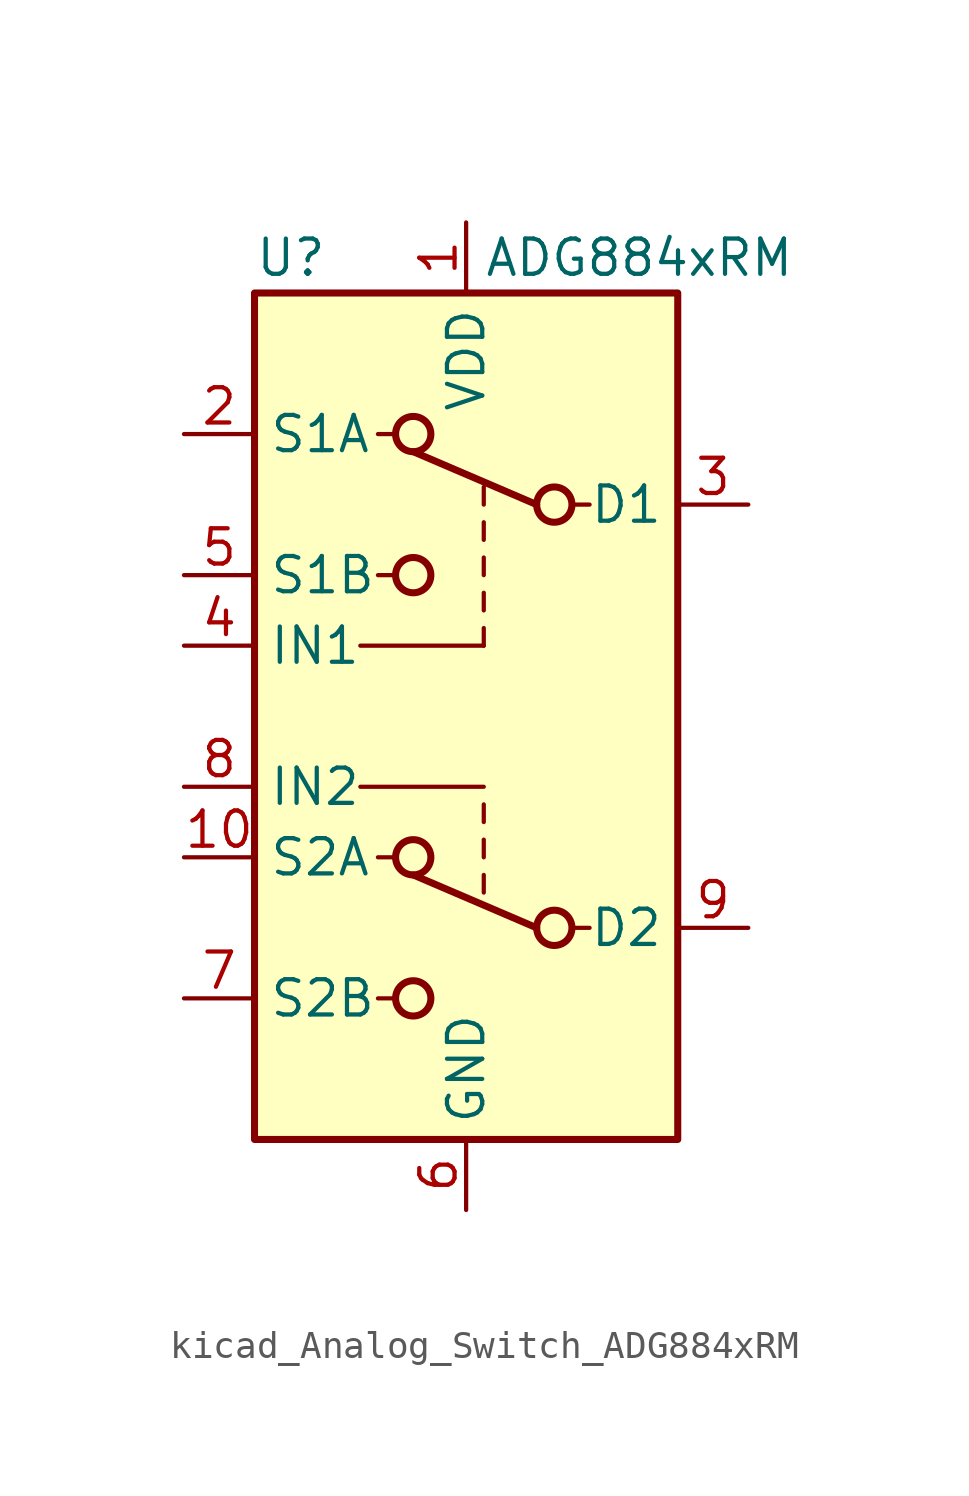
<source format=kicad_sym>
(kicad_symbol_lib
  (version 20220914)
  (generator kicad_symbol_editor)
  (symbol "kicad_Analog_Switch_ADG884xRM"
    (property "Reference" "U"
      (at -7.62 16.51 0)
      (effects (font (size 1.27 1.27)) (justify left)))
    (property "Value" "ADG884xRM"
      (at 0.635 16.51 0)
      (effects (font (size 1.27 1.27)) (justify left)))
    (symbol "kicad_Analog_Switch_ADG884xRM_0_1"
      (rectangle (start -7.62 15.24) (end 7.62 -15.24) (stroke (width 0.254) (type default)) (fill (type background)))
      (circle (center -1.905 -10.16) (radius 0.635) (stroke (width 0.254) (type default)) (fill (type none)))
      (circle (center -1.905 -5.08) (radius 0.635) (stroke (width 0.254) (type default)) (fill (type none)))
      (circle (center -1.905 5.08) (radius 0.635) (stroke (width 0.254) (type default)) (fill (type none)))
      (circle (center -1.905 10.16) (radius 0.635) (stroke (width 0.254) (type default)) (fill (type none)))
      (polyline (pts (xy -3.81 -2.54) (xy 0.635 -2.54)) (stroke (width 0) (type default)) (fill (type none)))
      (polyline (pts (xy -3.81 2.54) (xy 0.635 2.54)) (stroke (width 0) (type default)) (fill (type none)))
      (polyline (pts (xy -3.175 -10.16) (xy -2.54 -10.16)) (stroke (width 0) (type default)) (fill (type none)))
      (polyline (pts (xy -3.175 -5.08) (xy -2.54 -5.08)) (stroke (width 0) (type default)) (fill (type none)))
      (polyline (pts (xy -3.175 5.08) (xy -2.54 5.08)) (stroke (width 0) (type default)) (fill (type none)))
      (polyline (pts (xy -3.175 10.16) (xy -2.54 10.16)) (stroke (width 0) (type default)) (fill (type none)))
      (polyline (pts (xy -1.905 9.525) (xy 2.54 7.62)) (stroke (width 0.254) (type default)) (fill (type none)))
      (polyline (pts (xy 0.635 -5.715) (xy 0.635 -6.35)) (stroke (width 0) (type default)) (fill (type none)))
      (polyline (pts (xy 0.635 -4.445) (xy 0.635 -5.08)) (stroke (width 0) (type default)) (fill (type none)))
      (polyline (pts (xy 0.635 -3.175) (xy 0.635 -3.81)) (stroke (width 0) (type default)) (fill (type none)))
      (polyline (pts (xy 0.635 3.175) (xy 0.635 2.54)) (stroke (width 0) (type default)) (fill (type none)))
      (polyline (pts (xy 0.635 4.445) (xy 0.635 3.81)) (stroke (width 0) (type default)) (fill (type none)))
      (polyline (pts (xy 0.635 5.715) (xy 0.635 5.08)) (stroke (width 0) (type default)) (fill (type none)))
      (polyline (pts (xy 0.635 6.985) (xy 0.635 6.35)) (stroke (width 0) (type default)) (fill (type none)))
      (polyline (pts (xy 0.635 8.255) (xy 0.635 7.62)) (stroke (width 0) (type default)) (fill (type none)))
      (polyline (pts (xy 2.54 -7.62) (xy -1.905 -5.715)) (stroke (width 0.254) (type default)) (fill (type none)))
      (polyline (pts (xy 4.445 -7.62) (xy 3.81 -7.62)) (stroke (width 0) (type default)) (fill (type none)))
      (polyline (pts (xy 4.445 7.62) (xy 3.81 7.62)) (stroke (width 0) (type default)) (fill (type none)))
      (circle (center 3.175 -7.62) (radius 0.635) (stroke (width 0.254) (type default)) (fill (type none)))
      (circle (center 3.175 7.62) (radius 0.635) (stroke (width 0.254) (type default)) (fill (type none))))
    (symbol "kicad_Analog_Switch_ADG884xRM_1_1"
      (pin power_in line (at 0 17.78 270) (length 2.54) (name "VDD" (effects (font (size 1.27 1.27)))) (number "1" (effects (font (size 1.27 1.27)))))
      (pin bidirectional line (at -10.16 -5.08 0) (length 2.54) (name "S2A" (effects (font (size 1.27 1.27)))) (number "10" (effects (font (size 1.27 1.27)))))
      (pin bidirectional line (at -10.16 10.16 0) (length 2.54) (name "S1A" (effects (font (size 1.27 1.27)))) (number "2" (effects (font (size 1.27 1.27)))))
      (pin bidirectional line (at 10.16 7.62 180) (length 2.54) (name "D1" (effects (font (size 1.27 1.27)))) (number "3" (effects (font (size 1.27 1.27)))))
      (pin input line (at -10.16 2.54 0) (length 2.54) (name "IN1" (effects (font (size 1.27 1.27)))) (number "4" (effects (font (size 1.27 1.27)))))
      (pin bidirectional line (at -10.16 5.08 0) (length 2.54) (name "S1B" (effects (font (size 1.27 1.27)))) (number "5" (effects (font (size 1.27 1.27)))))
      (pin power_in line (at 0 -17.78 90) (length 2.54) (name "GND" (effects (font (size 1.27 1.27)))) (number "6" (effects (font (size 1.27 1.27)))))
      (pin bidirectional line (at -10.16 -10.16 0) (length 2.54) (name "S2B" (effects (font (size 1.27 1.27)))) (number "7" (effects (font (size 1.27 1.27)))))
      (pin input line (at -10.16 -2.54 0) (length 2.54) (name "IN2" (effects (font (size 1.27 1.27)))) (number "8" (effects (font (size 1.27 1.27)))))
      (pin bidirectional line (at 10.16 -7.62 180) (length 2.54) (name "D2" (effects (font (size 1.27 1.27)))) (number "9" (effects (font (size 1.27 1.27))))))))
</source>
